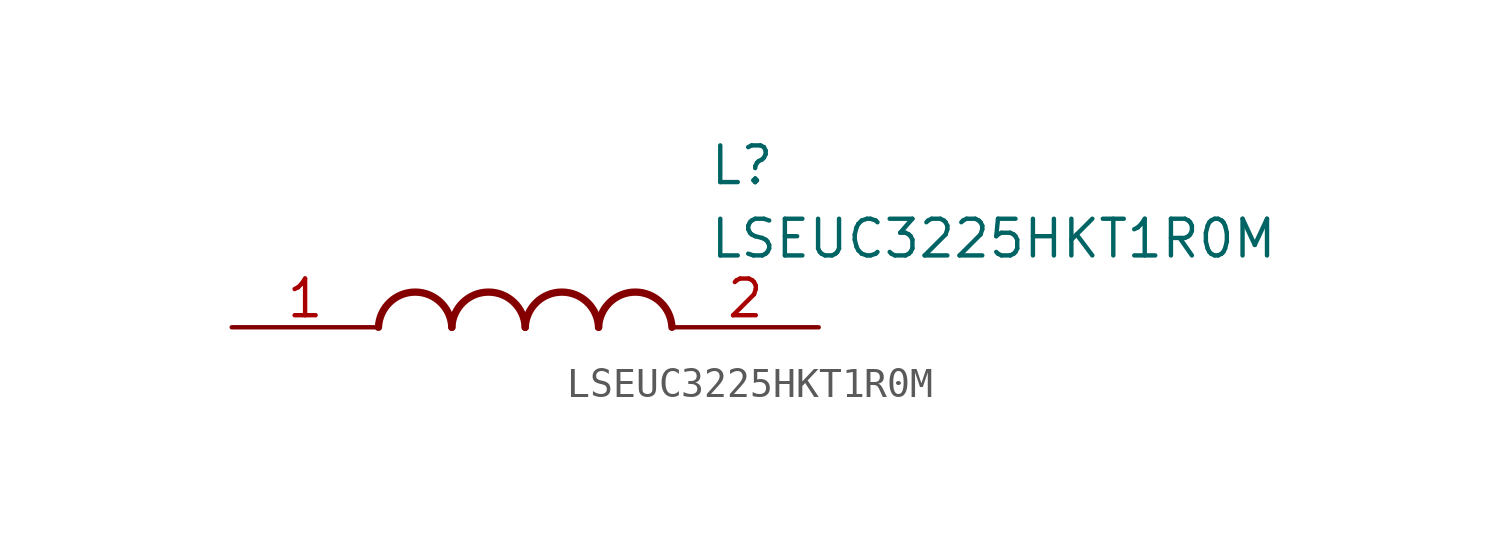
<source format=kicad_sym>
(kicad_symbol_lib
  (version 20211014)
  (generator SamacSys_ECAD_Model)
  (symbol "LSEUC3225HKT1R0M"
    (pin_names hide)
    (property "Reference" "L"
      (at 16.51 6.35 0)
      (effects (font (size 1.27 1.27)) (justify left top)))
    (property "Value" "LSEUC3225HKT1R0M"
      (at 16.51 3.81 0)
      (effects (font (size 1.27 1.27)) (justify left top)))
    (arc
      (start 7.62 0)
      (mid 6.35 1.219)
      (end 5.08 0)
      (stroke (width 0.254) (type default))
      (fill (type none)))
    (arc
      (start 10.16 0)
      (mid 8.89 1.219)
      (end 7.62 0)
      (stroke (width 0.254) (type default))
      (fill (type none)))
    (arc
      (start 12.7 0)
      (mid 11.43 1.219)
      (end 10.16 0)
      (stroke (width 0.254) (type default))
      (fill (type none)))
    (arc
      (start 15.24 0)
      (mid 13.97 1.219)
      (end 12.7 0)
      (stroke (width 0.254) (type default))
      (fill (type none)))
    (pin passive line
      (at 0 0 0)
      (length 5.08)
      (name "1" (effects (font (size 1.27 1.27))))
      (number "1" (effects (font (size 1.27 1.27)))))
    (pin passive line
      (at 20.32 0 180)
      (length 5.08)
      (name "2" (effects (font (size 1.27 1.27))))
      (number "2" (effects (font (size 1.27 1.27)))))))
</source>
